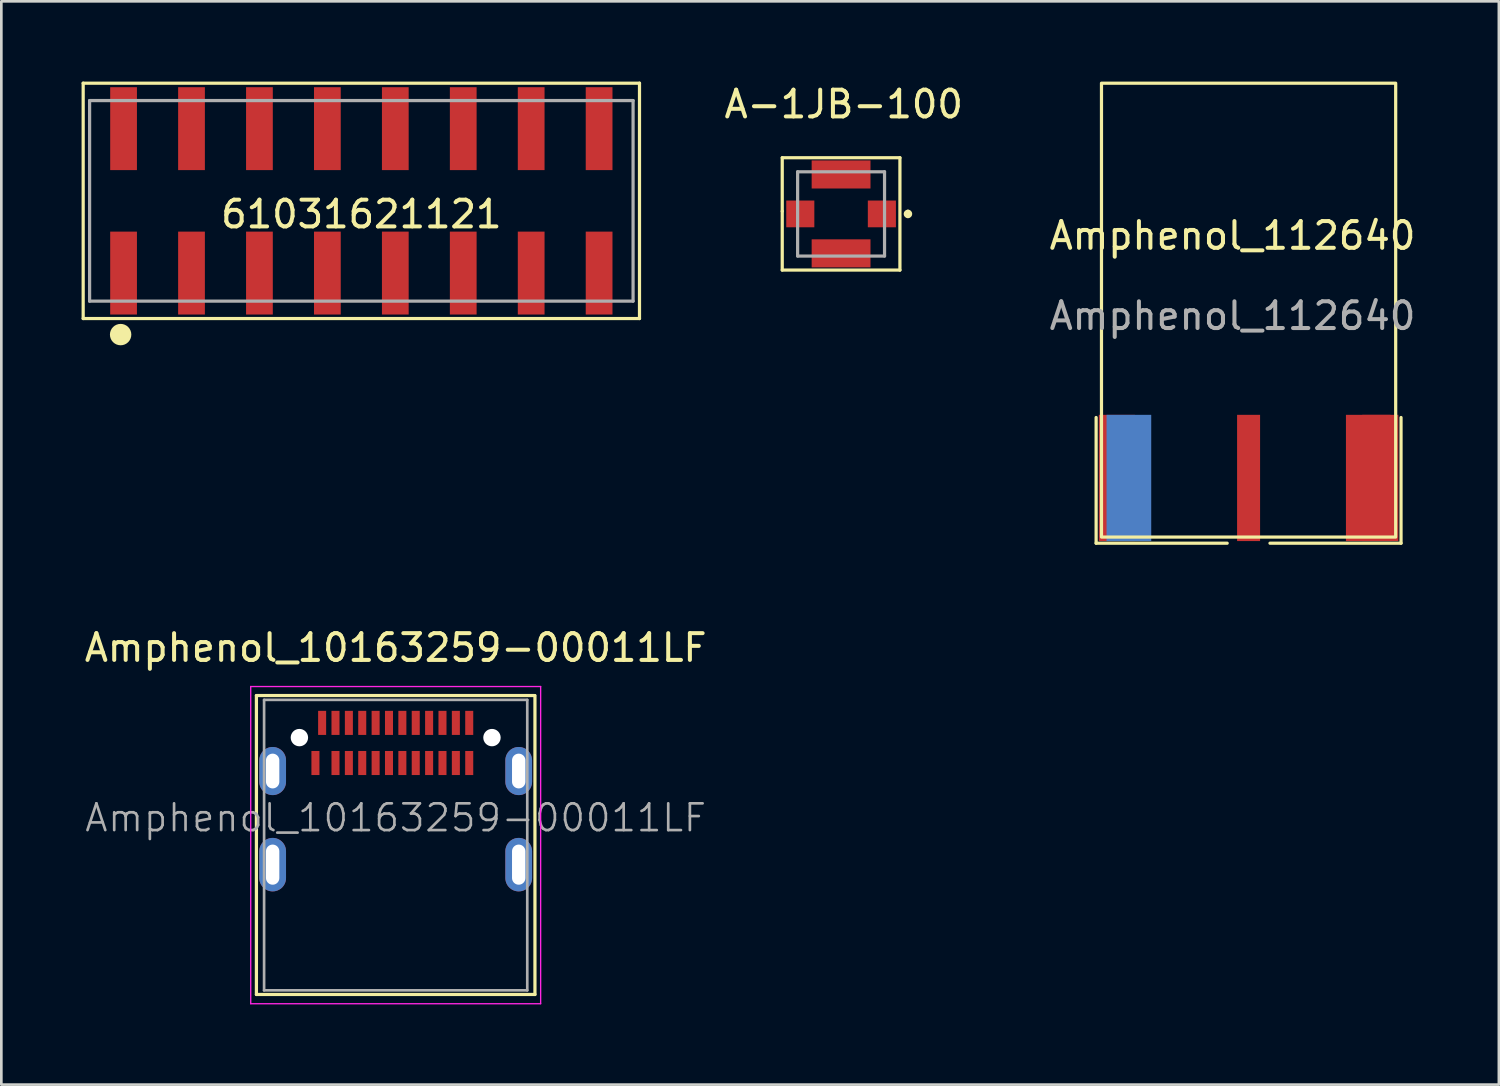
<source format=kicad_pcb>
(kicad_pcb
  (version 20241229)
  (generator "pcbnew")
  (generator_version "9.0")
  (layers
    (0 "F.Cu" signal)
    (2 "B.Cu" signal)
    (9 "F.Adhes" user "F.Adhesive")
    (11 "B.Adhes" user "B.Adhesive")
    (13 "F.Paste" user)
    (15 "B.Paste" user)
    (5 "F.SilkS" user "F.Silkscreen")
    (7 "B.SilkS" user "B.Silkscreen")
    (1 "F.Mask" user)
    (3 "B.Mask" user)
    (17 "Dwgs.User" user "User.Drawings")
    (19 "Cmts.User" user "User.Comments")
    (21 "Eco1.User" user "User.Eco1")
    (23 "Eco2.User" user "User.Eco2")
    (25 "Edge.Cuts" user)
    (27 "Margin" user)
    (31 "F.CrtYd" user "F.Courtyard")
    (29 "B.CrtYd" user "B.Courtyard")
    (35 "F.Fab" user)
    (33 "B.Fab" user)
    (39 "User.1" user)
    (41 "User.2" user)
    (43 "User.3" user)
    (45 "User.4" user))
  (footprint "61031621121"
    (layer "F.Cu")
    (at 10.46 4.46)
    (property "Reference" "61031621121" (at 0 0.5 0) (layer "F.SilkS") (effects (font (size 1 1) (thickness 0.15))))
    (attr smd)
    (fp_line (start -10.4 -4.4) (end 10.4 -4.4) (stroke (width 0.12) (type solid)) (layer "F.SilkS"))
    (fp_line (start -10.4 4.4) (end -10.4 -4.4) (stroke (width 0.12) (type solid)) (layer "F.SilkS"))
    (fp_line (start 10.4 -4.4) (end 10.4 4.4) (stroke (width 0.12) (type solid)) (layer "F.SilkS"))
    (fp_line (start 10.4 4.4) (end -10.4 4.4) (stroke (width 0.12) (type solid)) (layer "F.SilkS"))
    (fp_circle (center -9 5) (end -8.8 5) (stroke (width 0.4) (type solid)) (fill no) (layer "F.SilkS"))
    (fp_line (start -10.16 -3.75) (end 10.16 -3.75) (stroke (width 0.12) (type solid)) (layer "F.Fab"))
    (fp_line (start -10.16 3.75) (end -10.16 -3.75) (stroke (width 0.12) (type solid)) (layer "F.Fab"))
    (fp_line (start 10.16 -3.75) (end 10.16 3.75) (stroke (width 0.12) (type solid)) (layer "F.Fab"))
    (fp_line (start 10.16 3.75) (end -10.16 3.75) (stroke (width 0.12) (type solid)) (layer "F.Fab"))
    (pad "1" smd rect (at -8.89 2.7) (size 1 3.1) (layers "F.Cu" "F.Mask" "F.Paste"))
    (pad "2" smd rect (at -8.89 -2.7) (size 1 3.1) (layers "F.Cu" "F.Mask" "F.Paste"))
    (pad "3" smd rect (at -6.35 2.7) (size 1 3.1) (layers "F.Cu" "F.Mask" "F.Paste"))
    (pad "4" smd rect (at -6.35 -2.7) (size 1 3.1) (layers "F.Cu" "F.Mask" "F.Paste"))
    (pad "5" smd rect (at -3.81 2.7) (size 1 3.1) (layers "F.Cu" "F.Mask" "F.Paste"))
    (pad "6" smd rect (at -3.81 -2.7) (size 1 3.1) (layers "F.Cu" "F.Mask" "F.Paste"))
    (pad "7" smd rect (at -1.27 2.7) (size 1 3.1) (layers "F.Cu" "F.Mask" "F.Paste"))
    (pad "8" smd rect (at -1.27 -2.7) (size 1 3.1) (layers "F.Cu" "F.Mask" "F.Paste"))
    (pad "9" smd rect (at 1.27 2.7) (size 1 3.1) (layers "F.Cu" "F.Mask" "F.Paste"))
    (pad "10" smd rect (at 1.27 -2.7) (size 1 3.1) (layers "F.Cu" "F.Mask" "F.Paste"))
    (pad "11" smd rect (at 3.81 2.7) (size 1 3.1) (layers "F.Cu" "F.Mask" "F.Paste"))
    (pad "12" smd rect (at 3.81 -2.7) (size 1 3.1) (layers "F.Cu" "F.Mask" "F.Paste"))
    (pad "13" smd rect (at 6.35 2.7) (size 1 3.1) (layers "F.Cu" "F.Mask" "F.Paste"))
    (pad "14" smd rect (at 6.35 -2.7) (size 1 3.1) (layers "F.Cu" "F.Mask" "F.Paste"))
    (pad "15" smd rect (at 8.89 2.7) (size 1 3.1) (layers "F.Cu" "F.Mask" "F.Paste"))
    (pad "16" smd rect (at 8.89 -2.7) (size 1 3.1) (layers "F.Cu" "F.Mask" "F.Paste")))
  (footprint "Amphenol_10163259-00011LF"
    (layer "F.Cu")
    (at 11.744 27.528)
    (property "Reference" "Amphenol_10163259-00011LF" (at 0 -6.36 0) (layer "F.SilkS") (effects (font (size 1 1) (thickness 0.15))))
    (attr smd)
    (fp_line (start -5.207 -4.572) (end -5.207 6.604) (stroke (width 0.12) (type solid)) (layer "F.SilkS"))
    (fp_line (start -5.207 -4.572) (end 5.195 -4.572) (stroke (width 0.12) (type solid)) (layer "F.SilkS"))
    (fp_line (start -5.207 6.604) (end 5.207 6.604) (stroke (width 0.12) (type solid)) (layer "F.SilkS"))
    (fp_line (start 5.207 -4.572) (end 5.207 6.604) (stroke (width 0.12) (type solid)) (layer "F.SilkS"))
    (fp_line (start -5.42 -4.91) (end 5.42 -4.91) (stroke (width 0.05) (type solid)) (layer "F.CrtYd"))
    (fp_line (start -5.42 6.95) (end -5.42 -4.91) (stroke (width 0.05) (type solid)) (layer "F.CrtYd"))
    (fp_line (start 5.42 -4.91) (end 5.42 6.95) (stroke (width 0.05) (type solid)) (layer "F.CrtYd"))
    (fp_line (start 5.42 6.95) (end -5.42 6.95) (stroke (width 0.05) (type solid)) (layer "F.CrtYd"))
    (fp_line (start -4.92 -4.41) (end 4.92 -4.41) (stroke (width 0.1) (type solid)) (layer "F.Fab"))
    (fp_line (start -4.92 6.45) (end -4.92 -4.41) (stroke (width 0.1) (type solid)) (layer "F.Fab"))
    (fp_line (start -4.92 6.45) (end 4.92 6.45) (stroke (width 0.1) (type solid)) (layer "F.Fab"))
    (fp_line (start 4.92 6.45) (end 4.92 -4.41) (stroke (width 0.1) (type solid)) (layer "F.Fab"))
    (fp_text user "${REFERENCE}" (at 0 0 0) (layer "F.Fab") (effects (font (size 1 1) (thickness 0.1))))
    (pad "" np_thru_hole circle (at -3.6 -3) (size 0.65 0.65) (drill 0.65) (layers "*.Cu" "*.Mask"))
    (pad "" np_thru_hole circle (at 3.6 -3) (size 0.65 0.65) (drill 0.65) (layers "*.Cu" "*.Mask"))
    (pad "A1" smd rect (at -2.75 -3.55) (size 0.3 0.9) (layers "F.Cu" "F.Mask" "F.Paste"))
    (pad "A2" smd rect (at -2.25 -3.55) (size 0.3 0.9) (layers "F.Cu" "F.Mask" "F.Paste"))
    (pad "A3" smd rect (at -1.75 -3.55) (size 0.3 0.9) (layers "F.Cu" "F.Mask" "F.Paste"))
    (pad "A4" smd rect (at -1.25 -3.55) (size 0.3 0.9) (layers "F.Cu" "F.Mask" "F.Paste"))
    (pad "A5" smd rect (at -0.75 -3.55) (size 0.3 0.9) (layers "F.Cu" "F.Mask" "F.Paste"))
    (pad "A6" smd rect (at -0.25 -3.55) (size 0.3 0.9) (layers "F.Cu" "F.Mask" "F.Paste"))
    (pad "A7" smd rect (at 0.25 -3.55) (size 0.3 0.9) (layers "F.Cu" "F.Mask" "F.Paste"))
    (pad "A8" smd rect (at 0.75 -3.55) (size 0.3 0.9) (layers "F.Cu" "F.Mask" "F.Paste"))
    (pad "A9" smd rect (at 1.25 -3.55) (size 0.3 0.9) (layers "F.Cu" "F.Mask" "F.Paste"))
    (pad "A10" smd rect (at 1.75 -3.55) (size 0.3 0.9) (layers "F.Cu" "F.Mask" "F.Paste"))
    (pad "A11" smd rect (at 2.25 -3.55) (size 0.3 0.9) (layers "F.Cu" "F.Mask" "F.Paste"))
    (pad "A12" smd rect (at 2.75 -3.55) (size 0.3 0.9) (layers "F.Cu" "F.Mask" "F.Paste"))
    (pad "B1" smd rect (at 2.75 -2.05) (size 0.3 0.9) (layers "F.Cu" "F.Mask" "F.Paste"))
    (pad "B2" smd rect (at 2.25 -2.05) (size 0.3 0.9) (layers "F.Cu" "F.Mask" "F.Paste"))
    (pad "B3" smd rect (at 1.75 -2.05) (size 0.3 0.9) (layers "F.Cu" "F.Mask" "F.Paste"))
    (pad "B4" smd rect (at 1.25 -2.05) (size 0.3 0.9) (layers "F.Cu" "F.Mask" "F.Paste"))
    (pad "B5" smd rect (at 0.75 -2.05) (size 0.3 0.9) (layers "F.Cu" "F.Mask" "F.Paste"))
    (pad "B6" smd rect (at 0.25 -2.05) (size 0.3 0.9) (layers "F.Cu" "F.Mask" "F.Paste"))
    (pad "B7" smd rect (at -0.25 -2.05) (size 0.3 0.9) (layers "F.Cu" "F.Mask" "F.Paste"))
    (pad "B8" smd rect (at -0.75 -2.05) (size 0.3 0.9) (layers "F.Cu" "F.Mask" "F.Paste"))
    (pad "B9" smd rect (at -1.25 -2.05) (size 0.3 0.9) (layers "F.Cu" "F.Mask" "F.Paste"))
    (pad "B10" smd rect (at -1.75 -2.05) (size 0.3 0.9) (layers "F.Cu" "F.Mask" "F.Paste"))
    (pad "B11" smd rect (at -2.25 -2.05) (size 0.3 0.9) (layers "F.Cu" "F.Mask" "F.Paste"))
    (pad "B12" smd rect (at -3 -2.05) (size 0.3 0.9) (layers "F.Cu" "F.Mask" "F.Paste"))
    (pad "S1" thru_hole oval (at -4.6 -1.75) (size 1 1.8) (drill oval 0.5 1.3) (layers "*.Cu" "*.Mask"))
    (pad "S1" thru_hole oval (at -4.6 1.75) (size 1 2) (drill oval 0.5 1.5) (layers "*.Cu" "*.Mask"))
    (pad "S1" thru_hole oval (at 4.6 -1.75) (size 1 1.8) (drill oval 0.5 1.3) (layers "*.Cu" "*.Mask"))
    (pad "S1" thru_hole oval (at 4.6 1.75) (size 1 2) (drill oval 0.5 1.5) (layers "*.Cu" "*.Mask"))
    (zone (net_name "") (layers "F.Cu" "F.CrtYd") (hatch edge 0.5) (connect_pads) (min_thickness 0.25) (filled_areas_thickness no) (keepout (tracks not_allowed) (vias not_allowed) (pads not_allowed) (copperpour allowed) (footprints allowed)) (placement (enabled no)) (fill) (polygon (pts (xy 6.644 30.948) (xy 7.914 30.948) (xy 7.914 33.488) (xy 6.644 33.488))))
    (zone (net_name "") (layers "F.Cu" "F.CrtYd") (hatch edge 0.5) (connect_pads) (min_thickness 0.25) (filled_areas_thickness no) (keepout (tracks not_allowed) (vias not_allowed) (pads not_allowed) (copperpour allowed) (footprints allowed)) (placement (enabled no)) (fill) (polygon (pts (xy 15.844 30.948) (xy 17.114 30.948) (xy 17.114 33.488) (xy 15.844 33.488)))))
  (footprint "A-1JB-100"
    (layer "F.Cu")
    (at 28.397 4.948)
    (property "Reference" "A-1JB-100" (at 0.1 -4.1 0) (layer "F.SilkS") (effects (font (size 1 1) (thickness 0.15))))
    (attr smd)
    (fp_line (start -2.2 -2.1) (end 2.2 -2.1) (stroke (width 0.12) (type solid)) (layer "F.SilkS"))
    (fp_line (start -2.2 -0.1) (end -2.2 -2.1) (stroke (width 0.12) (type solid)) (layer "F.SilkS"))
    (fp_line (start -2.2 2.1) (end -2.2 -0.1) (stroke (width 0.12) (type solid)) (layer "F.SilkS"))
    (fp_line (start 2.2 -2.1) (end 2.2 2.1) (stroke (width 0.12) (type solid)) (layer "F.SilkS"))
    (fp_line (start 2.2 2.1) (end -2.2 2.1) (stroke (width 0.12) (type solid)) (layer "F.SilkS"))
    (fp_line (start 2.5 -0.1) (end 2.5 0.1) (stroke (width 0.12) (type solid)) (layer "F.SilkS"))
    (fp_circle (center 2.5 0) (end 2.5 -0.1) (stroke (width 0.12) (type solid)) (fill no) (layer "F.SilkS"))
    (fp_line (start -1.625 -1.575) (end 1.625 -1.575) (stroke (width 0.12) (type solid)) (layer "F.Fab"))
    (fp_line (start -1.625 1.575) (end -1.625 -1.575) (stroke (width 0.12) (type solid)) (layer "F.Fab"))
    (fp_line (start 1.625 -1.575) (end 1.625 1.575) (stroke (width 0.12) (type solid)) (layer "F.Fab"))
    (fp_line (start 1.625 1.575) (end -1.625 1.575) (stroke (width 0.12) (type solid)) (layer "F.Fab"))
    (pad "1" smd rect (at 1.525 0) (size 1.05 1) (layers "F.Cu" "F.Mask" "F.Paste"))
    (pad "2" smd rect (at 0 -1.475) (size 2.2 1.05) (layers "F.Cu" "F.Mask" "F.Paste"))
    (pad "3" smd rect (at -1.525 0) (size 1.05 1) (layers "F.Cu" "F.Mask" "F.Paste"))
    (pad "4" smd rect (at 0 1.475) (size 2.2 1.05) (layers "F.Cu" "F.Mask" "F.Paste")))
  (footprint "Amphenol_112640"
    (layer "F.Cu")
    (at 43.633 12.46)
    (property "Reference" "Amphenol_112640" (at -0.6 -6.7 0) (unlocked yes) (layer "F.SilkS") (effects (font (size 1 1) (thickness 0.15))))
    (attr smd)
    (fp_line (start -5.7 4.8) (end -5.7 0.1) (stroke (width 0.12) (type solid)) (layer "F.SilkS"))
    (fp_line (start -5.7 4.8) (end -0.8 4.8) (stroke (width 0.12) (type solid)) (layer "F.SilkS"))
    (fp_line (start 5.7 0.1) (end 5.7 4.8) (stroke (width 0.12) (type solid)) (layer "F.SilkS"))
    (fp_line (start 5.7 4.8) (end 0.8 4.8) (stroke (width 0.12) (type solid)) (layer "F.SilkS"))
    (fp_rect (start -5.5 -12.4) (end 5.5 4.57) (stroke (width 0.12) (type solid)) (fill no) (layer "F.SilkS"))
    (fp_text user "${REFERENCE}" (at -0.6 -3.7 0) (unlocked yes) (layer "F.Fab") (effects (font (size 1 1) (thickness 0.15))))
    (pad "1" smd rect (at 0 2.36) (size 0.86 4.72) (layers "F.Cu" "F.Mask" "F.Paste"))
    (pad "2" smd rect (at -4.925 2.36) (size 1.35 4.72) (layers "F.Cu" "F.Mask" "F.Paste"))
    (pad "3" smd rect (at 4.925 2.36) (size 1.35 4.72) (layers "F.Cu" "F.Mask" "F.Paste"))
    (pad "4" smd rect (at -4.475 2.36) (size 1.67 4.72) (layers "F.Mask" "B.Cu" "F.Paste"))
    (pad "5" smd rect (at 4.475 2.36) (size 1.67 4.72) (layers "F.Cu" "F.Mask" "F.Paste")))
  (gr_rect
    (start -3 -3)
    (end 52.991 37.503)
    (stroke (width 0.1) (type default))
    (fill no)
    (layer "Edge.Cuts")))
</source>
